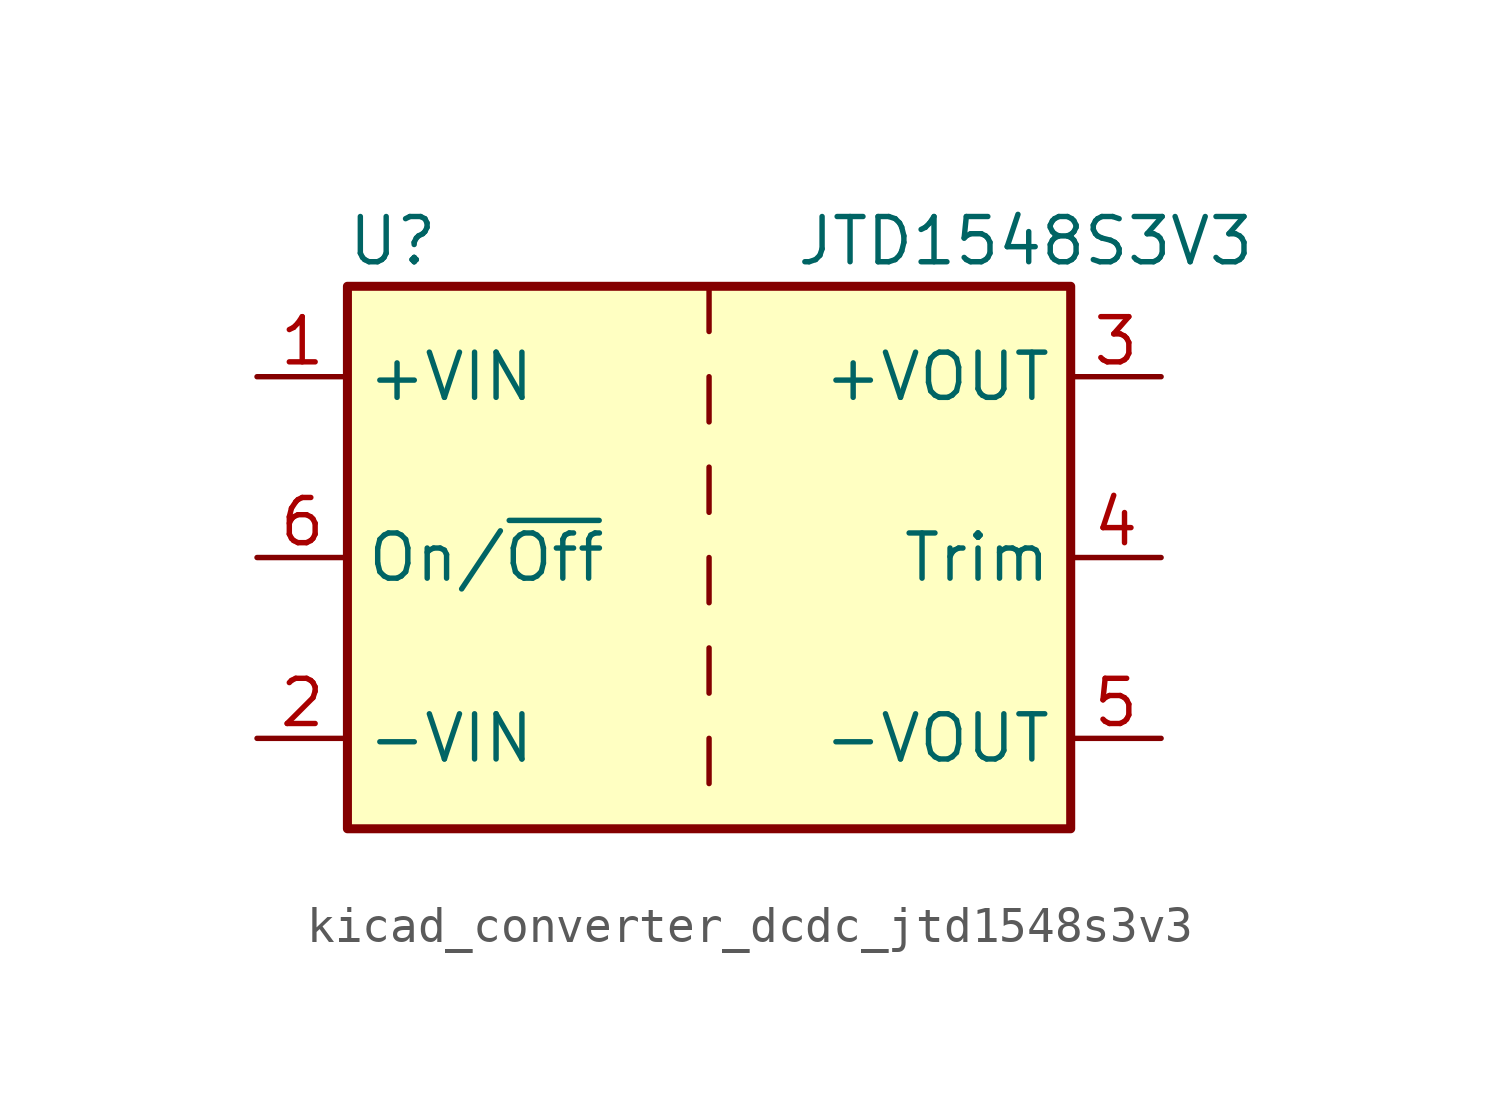
<source format=kicad_sym>
(kicad_symbol_lib
  (version 20220914)
  (generator kicad_symbol_editor)
  (symbol "kicad_converter_dcdc_jtd1548s3v3"
    (property "Reference" "U"
      (at -8.89 8.89 0)
      (effects (font (size 1.27 1.27))))
    (property "Value" "JTD1548S3V3"
      (at 8.89 8.89 0)
      (effects (font (size 1.27 1.27))))
    (symbol "kicad_converter_dcdc_jtd1548s3v3_0_1"
      (rectangle (start -10.16 7.62) (end 10.16 -7.62) (stroke (width 0.254) (type default)) (fill (type background)))
      (polyline (pts (xy 0 -5.08) (xy 0 -6.35)) (stroke (width 0) (type default)) (fill (type none)))
      (polyline (pts (xy 0 -2.54) (xy 0 -3.81)) (stroke (width 0) (type default)) (fill (type none)))
      (polyline (pts (xy 0 0) (xy 0 -1.27)) (stroke (width 0) (type default)) (fill (type none)))
      (polyline (pts (xy 0 2.54) (xy 0 1.27)) (stroke (width 0) (type default)) (fill (type none)))
      (polyline (pts (xy 0 5.08) (xy 0 3.81)) (stroke (width 0) (type default)) (fill (type none)))
      (polyline (pts (xy 0 7.62) (xy 0 6.35)) (stroke (width 0) (type default)) (fill (type none))))
    (symbol "kicad_converter_dcdc_jtd1548s3v3_1_1"
      (pin power_in line (at -12.7 5.08 0) (length 2.54) (name "+VIN" (effects (font (size 1.27 1.27)))) (number "1" (effects (font (size 1.27 1.27)))))
      (pin power_in line (at -12.7 -5.08 0) (length 2.54) (name "-VIN" (effects (font (size 1.27 1.27)))) (number "2" (effects (font (size 1.27 1.27)))))
      (pin power_out line (at 12.7 5.08 180) (length 2.54) (name "+VOUT" (effects (font (size 1.27 1.27)))) (number "3" (effects (font (size 1.27 1.27)))))
      (pin input line (at 12.7 0 180) (length 2.54) (name "Trim" (effects (font (size 1.27 1.27)))) (number "4" (effects (font (size 1.27 1.27)))))
      (pin power_out line (at 12.7 -5.08 180) (length 2.54) (name "-VOUT" (effects (font (size 1.27 1.27)))) (number "5" (effects (font (size 1.27 1.27)))))
      (pin input line (at -12.7 0 0) (length 2.54) (name "On/~{Off}" (effects (font (size 1.27 1.27)))) (number "6" (effects (font (size 1.27 1.27))))))))
</source>
